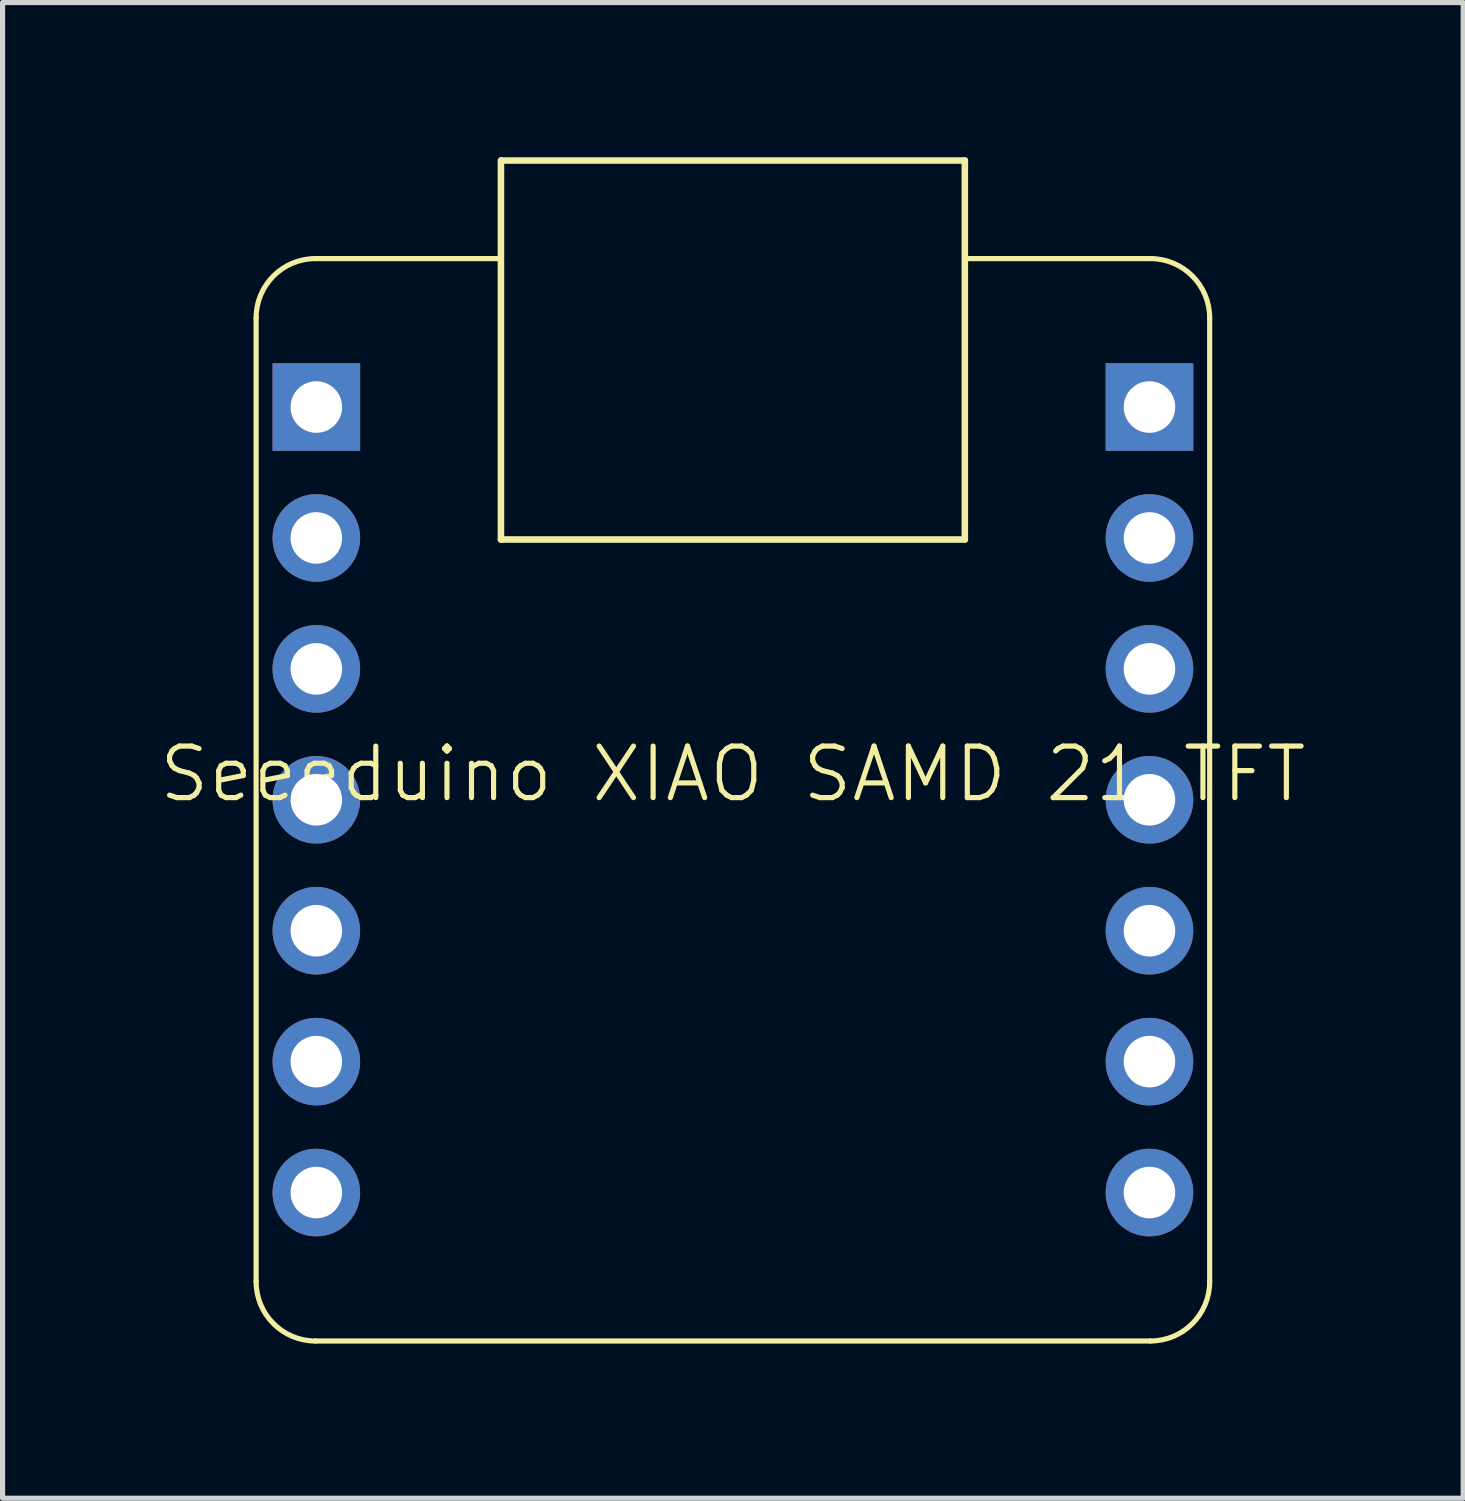
<source format=kicad_pcb>
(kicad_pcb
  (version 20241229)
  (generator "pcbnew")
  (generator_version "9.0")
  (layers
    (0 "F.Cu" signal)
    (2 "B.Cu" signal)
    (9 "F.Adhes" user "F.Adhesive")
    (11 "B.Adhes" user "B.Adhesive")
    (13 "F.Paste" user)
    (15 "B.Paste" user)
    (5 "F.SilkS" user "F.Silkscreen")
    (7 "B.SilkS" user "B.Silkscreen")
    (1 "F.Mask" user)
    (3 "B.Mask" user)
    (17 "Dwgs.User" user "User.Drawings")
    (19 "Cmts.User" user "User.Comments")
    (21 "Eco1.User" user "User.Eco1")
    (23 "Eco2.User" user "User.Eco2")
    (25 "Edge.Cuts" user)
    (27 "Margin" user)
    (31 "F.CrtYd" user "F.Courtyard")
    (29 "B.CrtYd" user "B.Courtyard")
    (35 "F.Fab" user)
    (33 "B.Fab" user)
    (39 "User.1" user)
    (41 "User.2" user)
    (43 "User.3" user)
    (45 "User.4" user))
  (footprint "Seeeduino XIAO SAMD 21 TFT"
    (layer "F.Cu")
    (at 11.169 12.467)
    (property "Reference" "Seeeduino XIAO SAMD 21 TFT" (at 0 -0.5 0) (unlocked yes) (layer "F.SilkS") (effects (font (size 1 1) (thickness 0.1))))
    (attr smd)
    (fp_line (start -9.25 9.35) (end -9.25 -9.35) (stroke (width 0.1) (type default)) (layer "F.SilkS"))
    (fp_line (start -8.1 -10.5) (end -4.5 -10.5) (stroke (width 0.1) (type default)) (layer "F.SilkS"))
    (fp_line (start -4.5 -5.05) (end -4.5 -12.403) (stroke (width 0.127) (type solid)) (layer "F.SilkS"))
    (fp_line (start -4.495 -12.403) (end 4.5 -12.403) (stroke (width 0.127) (type solid)) (layer "F.SilkS"))
    (fp_line (start 4.5 -12.403) (end 4.5 -5.05) (stroke (width 0.127) (type solid)) (layer "F.SilkS"))
    (fp_line (start 4.5 -5.05) (end -4.5 -5.05) (stroke (width 0.127) (type solid)) (layer "F.SilkS"))
    (fp_line (start 8.1 -10.5) (end 4.5 -10.5) (stroke (width 0.1) (type default)) (layer "F.SilkS"))
    (fp_line (start 8.1 10.5) (end -8.1 10.5) (stroke (width 0.1) (type default)) (layer "F.SilkS"))
    (fp_line (start 9.25 -9.35) (end 9.25 9.35) (stroke (width 0.1) (type default)) (layer "F.SilkS"))
    (fp_arc (start -9.25 -9.35) (mid -8.913173 -10.163173) (end -8.1 -10.5) (stroke (width 0.1) (type default)) (layer "F.SilkS"))
    (fp_arc (start -8.1 10.5) (mid -8.913173 10.163173) (end -9.25 9.35) (stroke (width 0.1) (type default)) (layer "F.SilkS"))
    (fp_arc (start 8.099999 -10.499999) (mid 8.913172 -10.163172) (end 9.249999 -9.349999) (stroke (width 0.1) (type default)) (layer "F.SilkS"))
    (fp_arc (start 9.249999 9.349999) (mid 8.913172 10.163172) (end 8.099999 10.499999) (stroke (width 0.1) (type default)) (layer "F.SilkS"))
    (pad "1" thru_hole rect (at -8.082 -7.62) (size 1.7 1.7) (drill 1) (layers "*.Cu" "*.Mask"))
    (pad "2" thru_hole oval (at -8.082 -5.08) (size 1.7 1.7) (drill 1) (layers "*.Cu" "*.Mask"))
    (pad "3" thru_hole oval (at -8.082 -2.54) (size 1.7 1.7) (drill 1) (layers "*.Cu" "*.Mask"))
    (pad "4" thru_hole oval (at -8.082 0) (size 1.7 1.7) (drill 1) (layers "*.Cu" "*.Mask"))
    (pad "5" thru_hole oval (at -8.082 2.54) (size 1.7 1.7) (drill 1) (layers "*.Cu" "*.Mask"))
    (pad "6" thru_hole oval (at -8.082 5.08) (size 1.7 1.7) (drill 1) (layers "*.Cu" "*.Mask"))
    (pad "7" thru_hole oval (at -8.082 7.62) (size 1.7 1.7) (drill 1) (layers "*.Cu" "*.Mask"))
    (pad "8" thru_hole oval (at 8.082 7.62) (size 1.7 1.7) (drill 1) (layers "*.Cu" "*.Mask"))
    (pad "9" thru_hole oval (at 8.082 5.08) (size 1.7 1.7) (drill 1) (layers "*.Cu" "*.Mask"))
    (pad "10" thru_hole oval (at 8.082 2.54) (size 1.7 1.7) (drill 1) (layers "*.Cu" "*.Mask"))
    (pad "11" thru_hole oval (at 8.082 0) (size 1.7 1.7) (drill 1) (layers "*.Cu" "*.Mask"))
    (pad "12" thru_hole oval (at 8.082 -2.54) (size 1.7 1.7) (drill 1) (layers "*.Cu" "*.Mask"))
    (pad "13" thru_hole oval (at 8.082 -5.08) (size 1.7 1.7) (drill 1) (layers "*.Cu" "*.Mask"))
    (pad "14" thru_hole rect (at 8.082 -7.62) (size 1.7 1.7) (drill 1) (layers "*.Cu" "*.Mask")))
  (gr_rect
    (start -3 -3)
    (end 25.338 26.017)
    (stroke (width 0.1) (type default))
    (fill no)
    (layer "Edge.Cuts")))
</source>
